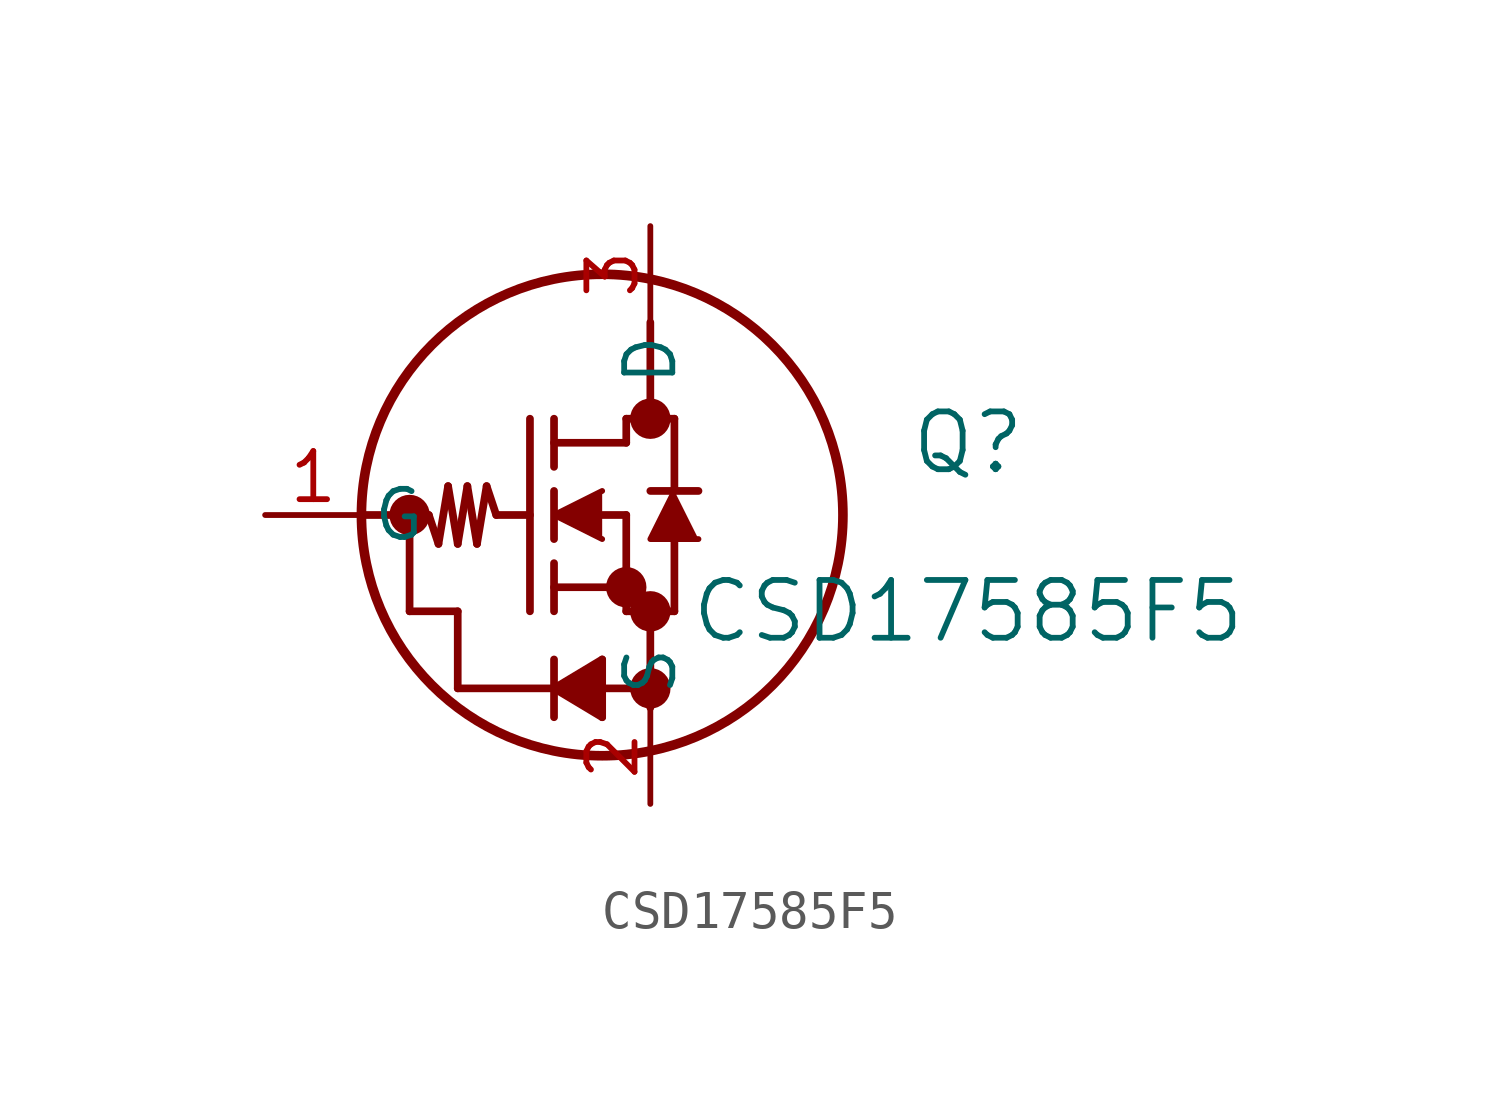
<source format=kicad_sym>
(kicad_symbol_lib
  (version 20241209)
  (generator "kicad_symbol_editor")
  (generator_version "9.0")
  (symbol "CSD17585F5"
    (pin_names
      (offset 0.254))
    (property "Reference" "Q"
      (at 18.542 1.905 0)
      (effects (font (size 1.524 1.524))))
    (property "Value" "CSD17585F5"
      (at 18.542 -2.54 0)
      (effects (font (size 1.524 1.524))))
    (property "ki_locked" ""
      (at 0 0 0)
      (effects (font (size 1.27 1.27))))
    (symbol "CSD17585F5_0_1"
      (polyline (pts (xy 2.54 0) (xy 4.318 0)) (stroke (width 0.203) (type default)) (fill (type none)))
      (polyline (pts (xy 3.81 0) (xy 3.81 -2.54)) (stroke (width 0.203) (type default)) (fill (type none)))
      (circle (center 3.81 0) (radius 0.025) (stroke (width 0.508) (type default)) (fill (type none)))
      (polyline (pts (xy 3.81 -2.54) (xy 5.08 -2.54)) (stroke (width 0.203) (type default)) (fill (type none)))
      (polyline (pts (xy 4.318 0) (xy 4.572 -0.762)) (stroke (width 0.203) (type default)) (fill (type none)))
      (polyline (pts (xy 4.572 -0.762) (xy 4.826 0.762)) (stroke (width 0.203) (type default)) (fill (type none)))
      (polyline (pts (xy 4.826 0.762) (xy 5.08 -0.762)) (stroke (width 0.203) (type default)) (fill (type none)))
      (polyline (pts (xy 5.08 -4.572) (xy 5.08 -2.54)) (stroke (width 0.203) (type default)) (fill (type none)))
      (polyline (pts (xy 5.334 0.762) (xy 5.08 -0.762)) (stroke (width 0.203) (type default)) (fill (type none)))
      (polyline (pts (xy 5.334 0.762) (xy 5.588 -0.762)) (stroke (width 0.203) (type default)) (fill (type none)))
      (polyline (pts (xy 5.588 -0.762) (xy 5.842 0.762)) (stroke (width 0.203) (type default)) (fill (type none)))
      (polyline (pts (xy 5.842 0.762) (xy 6.096 0)) (stroke (width 0.203) (type default)) (fill (type none)))
      (polyline (pts (xy 6.096 0) (xy 6.985 0)) (stroke (width 0.203) (type default)) (fill (type none)))
      (polyline (pts (xy 6.985 -2.54) (xy 6.985 2.54)) (stroke (width 0.203) (type default)) (fill (type none)))
      (polyline (pts (xy 7.62 1.905) (xy 9.525 1.905)) (stroke (width 0.203) (type default)) (fill (type none)))
      (polyline (pts (xy 7.62 1.27) (xy 7.62 2.54)) (stroke (width 0.203) (type default)) (fill (type none)))
      (polyline (pts (xy 7.62 -0.635) (xy 7.62 0.635)) (stroke (width 0.203) (type default)) (fill (type none)))
      (polyline (pts (xy 7.62 -1.905) (xy 9.525 -1.905)) (stroke (width 0.203) (type default)) (fill (type none)))
      (polyline (pts (xy 7.62 -2.54) (xy 7.62 -1.27)) (stroke (width 0.203) (type default)) (fill (type none)))
      (polyline (pts (xy 7.62 -4.572) (xy 8.89 -4.826)) (stroke (width 0) (type default)) (fill (type outline)))
      (polyline (pts (xy 7.62 -4.572) (xy 8.89 -5.334)) (stroke (width 0.203) (type default)) (fill (type none)))
      (polyline (pts (xy 7.62 -4.572) (xy 8.89 -5.334) (xy 8.89 -3.81)) (stroke (width 0) (type default)) (fill (type outline)))
      (polyline (pts (xy 7.62 -5.334) (xy 7.62 -3.81)) (stroke (width 0.203) (type default)) (fill (type none)))
      (polyline (pts (xy 8.89 0.635) (xy 7.62 0) (xy 8.89 -0.635)) (stroke (width 0) (type default)) (fill (type outline)))
      (polyline (pts (xy 8.89 0) (xy 9.525 0)) (stroke (width 0.203) (type default)) (fill (type none)))
      (circle (center 8.89 0) (radius 6.35) (stroke (width 0.254) (type default)) (fill (type none)))
      (polyline (pts (xy 8.89 -3.81) (xy 7.62 -4.572)) (stroke (width 0.203) (type default)) (fill (type none)))
      (polyline (pts (xy 8.89 -5.334) (xy 8.89 -3.81)) (stroke (width 0.203) (type default)) (fill (type none)))
      (polyline (pts (xy 9.525 2.54) (xy 10.795 2.54)) (stroke (width 0.203) (type default)) (fill (type none)))
      (polyline (pts (xy 9.525 1.905) (xy 9.525 2.54)) (stroke (width 0.203) (type default)) (fill (type none)))
      (circle (center 9.525 -1.905) (radius 0.025) (stroke (width 0.508) (type default)) (fill (type none)))
      (polyline (pts (xy 9.525 -2.54) (xy 9.525 0)) (stroke (width 0.203) (type default)) (fill (type none)))
      (polyline (pts (xy 9.525 -2.54) (xy 10.795 -2.54)) (stroke (width 0.203) (type default)) (fill (type none)))
      (polyline (pts (xy 10.16 5.08) (xy 10.16 2.54)) (stroke (width 0.203) (type default)) (fill (type none)))
      (circle (center 10.16 2.54) (radius 0.025) (stroke (width 0.508) (type default)) (fill (type none)))
      (polyline (pts (xy 10.16 -2.54) (xy 10.16 -5.08)) (stroke (width 0.203) (type default)) (fill (type none)))
      (circle (center 10.16 -2.54) (radius 0.025) (stroke (width 0.508) (type default)) (fill (type none)))
      (polyline (pts (xy 10.16 -4.572) (xy 5.08 -4.572)) (stroke (width 0.203) (type default)) (fill (type none)))
      (circle (center 10.16 -4.572) (radius 0.025) (stroke (width 0.508) (type default)) (fill (type none)))
      (polyline (pts (xy 10.795 0.635) (xy 10.795 2.54)) (stroke (width 0.203) (type default)) (fill (type none)))
      (polyline (pts (xy 10.795 -2.54) (xy 10.795 -0.635)) (stroke (width 0.203) (type default)) (fill (type none)))
      (polyline (pts (xy 11.43 0.635) (xy 10.16 0.635)) (stroke (width 0.203) (type default)) (fill (type none)))
      (polyline (pts (xy 11.43 -0.635) (xy 10.16 -0.635) (xy 10.795 0.635)) (stroke (width 0) (type default)) (fill (type outline)))
      (pin passive line (at 0 0 0) (length 2.54) (name "G" (effects (font (size 1.27 1.27)))) (number "1" (effects (font (size 1.27 1.27)))))
      (pin passive line (at 10.16 7.62 270) (length 2.54) (name "D" (effects (font (size 1.27 1.27)))) (number "3" (effects (font (size 1.27 1.27)))))
      (pin passive line (at 10.16 -7.62 90) (length 2.54) (name "S" (effects (font (size 1.27 1.27)))) (number "2" (effects (font (size 1.27 1.27))))))))
</source>
